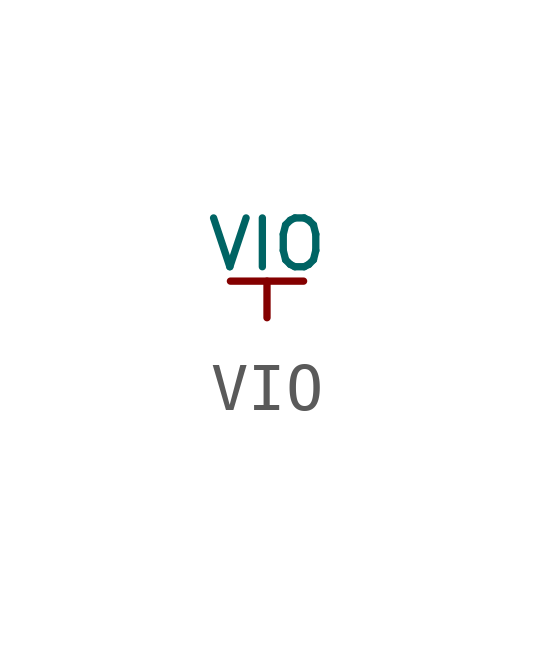
<source format=kicad_sym>
(kicad_symbol_lib
  (version 20211014)
  (generator kicad_symbol_editor)
  (symbol "VIO"
    (power)
    (pin_numbers hide)
    (pin_names
      (offset 0) hide)
    (property "Reference" "#PWR"
      (at 0.254 0 0)
      (effects (font (size 0.508 0.508)) hide))
    (property "Value" "VIO"
      (at 0 1.524 0)
      (effects (font (size 1.016 1.016))))
    (symbol "VIO_0_1"
      (polyline (pts (xy -0.762 0.762) (xy 0.762 0.762)) (stroke (width 0) (type default) (color 0 0 0 0)) (fill (type none)))
      (polyline (pts (xy 0 0) (xy 0 0.762)) (stroke (width 0) (type default) (color 0 0 0 0)) (fill (type none))))
    (symbol "VIO_1_1"
      (pin power_in line (at 0 0 90) (length 0) hide (name "VIO" (effects (font (size 1.27 1.27)))) (number "1" (effects (font (size 1.27 1.27))))))))
</source>
